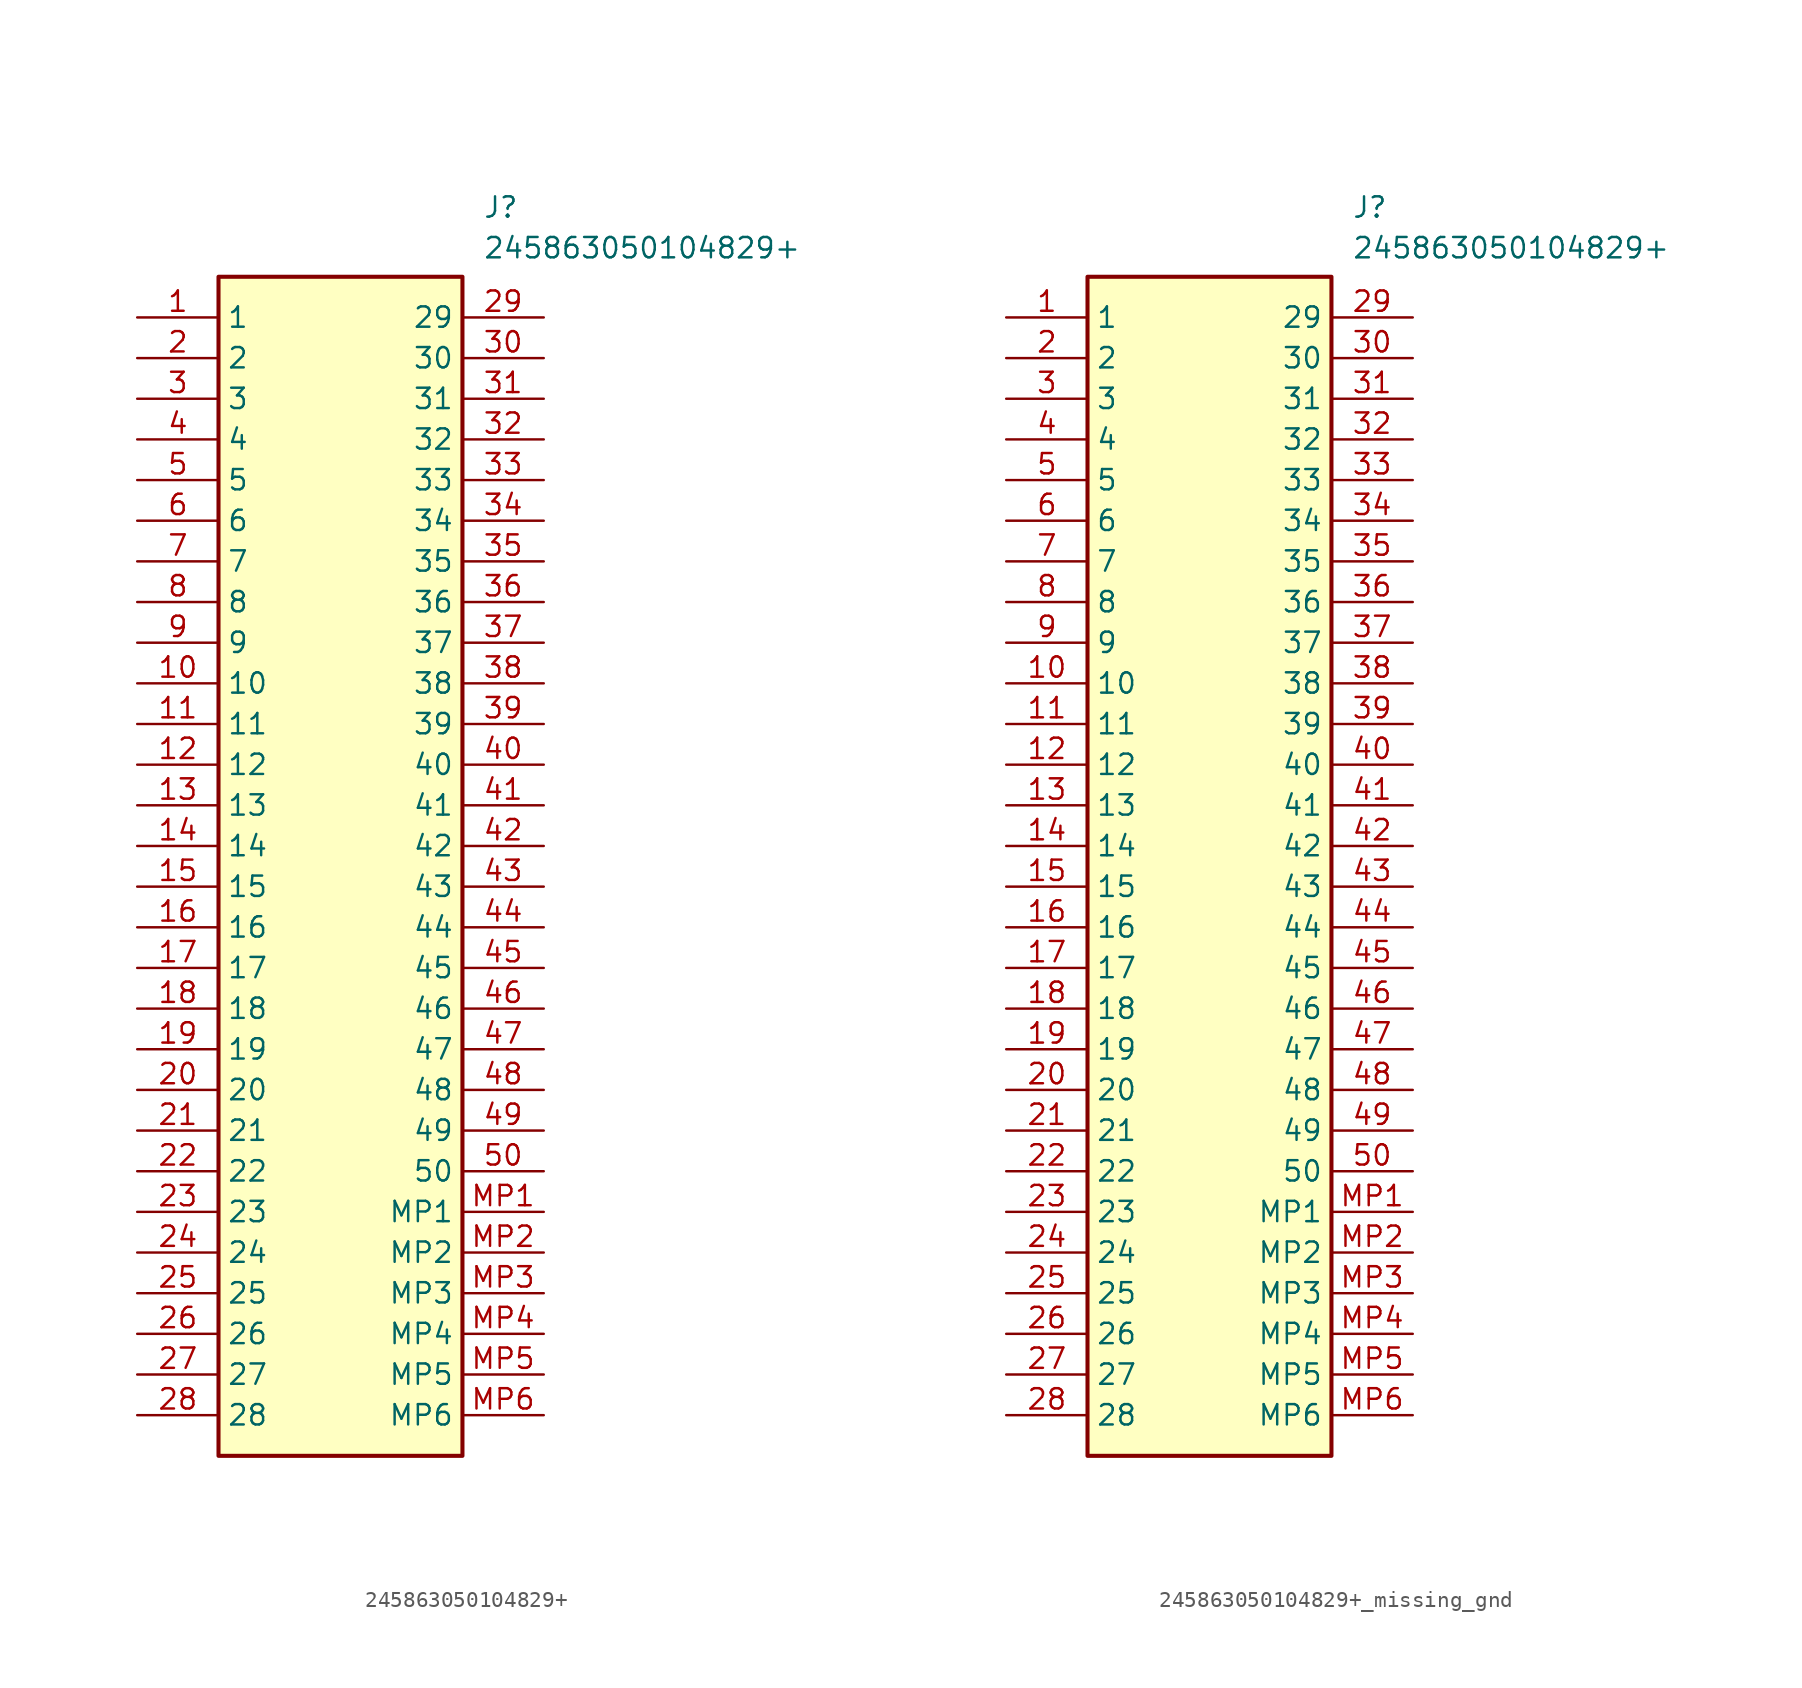
<source format=kicad_sym>
(kicad_symbol_lib
  (version 20241209)
  (generator "kicad_symbol_editor")
  (generator_version "9.0")
  (symbol "245863050104829+"
    (property "Reference" "J"
      (at 21.59 7.62 0)
      (effects (font (size 1.27 1.27)) (justify left top)))
    (property "Value" "245863050104829+"
      (at 21.59 5.08 0)
      (effects (font (size 1.27 1.27)) (justify left top)))
    (symbol "245863050104829+_1_1"
      (rectangle (start 5.08 2.54) (end 20.32 -71.12) (stroke (width 0.254) (type default)) (fill (type background)))
      (pin passive line (at 0 0 0) (length 5.08) (name "1" (effects (font (size 1.27 1.27)))) (number "1" (effects (font (size 1.27 1.27)))))
      (pin passive line (at 0 -2.54 0) (length 5.08) (name "2" (effects (font (size 1.27 1.27)))) (number "2" (effects (font (size 1.27 1.27)))))
      (pin passive line (at 0 -5.08 0) (length 5.08) (name "3" (effects (font (size 1.27 1.27)))) (number "3" (effects (font (size 1.27 1.27)))))
      (pin passive line (at 0 -7.62 0) (length 5.08) (name "4" (effects (font (size 1.27 1.27)))) (number "4" (effects (font (size 1.27 1.27)))))
      (pin passive line (at 0 -10.16 0) (length 5.08) (name "5" (effects (font (size 1.27 1.27)))) (number "5" (effects (font (size 1.27 1.27)))))
      (pin passive line (at 0 -12.7 0) (length 5.08) (name "6" (effects (font (size 1.27 1.27)))) (number "6" (effects (font (size 1.27 1.27)))))
      (pin passive line (at 0 -15.24 0) (length 5.08) (name "7" (effects (font (size 1.27 1.27)))) (number "7" (effects (font (size 1.27 1.27)))))
      (pin passive line (at 0 -17.78 0) (length 5.08) (name "8" (effects (font (size 1.27 1.27)))) (number "8" (effects (font (size 1.27 1.27)))))
      (pin passive line (at 0 -20.32 0) (length 5.08) (name "9" (effects (font (size 1.27 1.27)))) (number "9" (effects (font (size 1.27 1.27)))))
      (pin passive line (at 0 -22.86 0) (length 5.08) (name "10" (effects (font (size 1.27 1.27)))) (number "10" (effects (font (size 1.27 1.27)))))
      (pin passive line (at 0 -25.4 0) (length 5.08) (name "11" (effects (font (size 1.27 1.27)))) (number "11" (effects (font (size 1.27 1.27)))))
      (pin passive line (at 0 -27.94 0) (length 5.08) (name "12" (effects (font (size 1.27 1.27)))) (number "12" (effects (font (size 1.27 1.27)))))
      (pin passive line (at 0 -30.48 0) (length 5.08) (name "13" (effects (font (size 1.27 1.27)))) (number "13" (effects (font (size 1.27 1.27)))))
      (pin passive line (at 0 -33.02 0) (length 5.08) (name "14" (effects (font (size 1.27 1.27)))) (number "14" (effects (font (size 1.27 1.27)))))
      (pin passive line (at 0 -35.56 0) (length 5.08) (name "15" (effects (font (size 1.27 1.27)))) (number "15" (effects (font (size 1.27 1.27)))))
      (pin passive line (at 0 -38.1 0) (length 5.08) (name "16" (effects (font (size 1.27 1.27)))) (number "16" (effects (font (size 1.27 1.27)))))
      (pin passive line (at 0 -40.64 0) (length 5.08) (name "17" (effects (font (size 1.27 1.27)))) (number "17" (effects (font (size 1.27 1.27)))))
      (pin passive line (at 0 -43.18 0) (length 5.08) (name "18" (effects (font (size 1.27 1.27)))) (number "18" (effects (font (size 1.27 1.27)))))
      (pin passive line (at 0 -45.72 0) (length 5.08) (name "19" (effects (font (size 1.27 1.27)))) (number "19" (effects (font (size 1.27 1.27)))))
      (pin passive line (at 0 -48.26 0) (length 5.08) (name "20" (effects (font (size 1.27 1.27)))) (number "20" (effects (font (size 1.27 1.27)))))
      (pin passive line (at 0 -50.8 0) (length 5.08) (name "21" (effects (font (size 1.27 1.27)))) (number "21" (effects (font (size 1.27 1.27)))))
      (pin passive line (at 0 -53.34 0) (length 5.08) (name "22" (effects (font (size 1.27 1.27)))) (number "22" (effects (font (size 1.27 1.27)))))
      (pin passive line (at 0 -55.88 0) (length 5.08) (name "23" (effects (font (size 1.27 1.27)))) (number "23" (effects (font (size 1.27 1.27)))))
      (pin passive line (at 0 -58.42 0) (length 5.08) (name "24" (effects (font (size 1.27 1.27)))) (number "24" (effects (font (size 1.27 1.27)))))
      (pin passive line (at 0 -60.96 0) (length 5.08) (name "25" (effects (font (size 1.27 1.27)))) (number "25" (effects (font (size 1.27 1.27)))))
      (pin passive line (at 0 -63.5 0) (length 5.08) (name "26" (effects (font (size 1.27 1.27)))) (number "26" (effects (font (size 1.27 1.27)))))
      (pin passive line (at 0 -66.04 0) (length 5.08) (name "27" (effects (font (size 1.27 1.27)))) (number "27" (effects (font (size 1.27 1.27)))))
      (pin passive line (at 0 -68.58 0) (length 5.08) (name "28" (effects (font (size 1.27 1.27)))) (number "28" (effects (font (size 1.27 1.27)))))
      (pin passive line (at 25.4 0 180) (length 5.08) (name "29" (effects (font (size 1.27 1.27)))) (number "29" (effects (font (size 1.27 1.27)))))
      (pin passive line (at 25.4 -2.54 180) (length 5.08) (name "30" (effects (font (size 1.27 1.27)))) (number "30" (effects (font (size 1.27 1.27)))))
      (pin passive line (at 25.4 -5.08 180) (length 5.08) (name "31" (effects (font (size 1.27 1.27)))) (number "31" (effects (font (size 1.27 1.27)))))
      (pin passive line (at 25.4 -7.62 180) (length 5.08) (name "32" (effects (font (size 1.27 1.27)))) (number "32" (effects (font (size 1.27 1.27)))))
      (pin passive line (at 25.4 -10.16 180) (length 5.08) (name "33" (effects (font (size 1.27 1.27)))) (number "33" (effects (font (size 1.27 1.27)))))
      (pin passive line (at 25.4 -12.7 180) (length 5.08) (name "34" (effects (font (size 1.27 1.27)))) (number "34" (effects (font (size 1.27 1.27)))))
      (pin passive line (at 25.4 -15.24 180) (length 5.08) (name "35" (effects (font (size 1.27 1.27)))) (number "35" (effects (font (size 1.27 1.27)))))
      (pin passive line (at 25.4 -17.78 180) (length 5.08) (name "36" (effects (font (size 1.27 1.27)))) (number "36" (effects (font (size 1.27 1.27)))))
      (pin passive line (at 25.4 -20.32 180) (length 5.08) (name "37" (effects (font (size 1.27 1.27)))) (number "37" (effects (font (size 1.27 1.27)))))
      (pin passive line (at 25.4 -22.86 180) (length 5.08) (name "38" (effects (font (size 1.27 1.27)))) (number "38" (effects (font (size 1.27 1.27)))))
      (pin passive line (at 25.4 -25.4 180) (length 5.08) (name "39" (effects (font (size 1.27 1.27)))) (number "39" (effects (font (size 1.27 1.27)))))
      (pin passive line (at 25.4 -27.94 180) (length 5.08) (name "40" (effects (font (size 1.27 1.27)))) (number "40" (effects (font (size 1.27 1.27)))))
      (pin passive line (at 25.4 -30.48 180) (length 5.08) (name "41" (effects (font (size 1.27 1.27)))) (number "41" (effects (font (size 1.27 1.27)))))
      (pin passive line (at 25.4 -33.02 180) (length 5.08) (name "42" (effects (font (size 1.27 1.27)))) (number "42" (effects (font (size 1.27 1.27)))))
      (pin passive line (at 25.4 -35.56 180) (length 5.08) (name "43" (effects (font (size 1.27 1.27)))) (number "43" (effects (font (size 1.27 1.27)))))
      (pin passive line (at 25.4 -38.1 180) (length 5.08) (name "44" (effects (font (size 1.27 1.27)))) (number "44" (effects (font (size 1.27 1.27)))))
      (pin passive line (at 25.4 -40.64 180) (length 5.08) (name "45" (effects (font (size 1.27 1.27)))) (number "45" (effects (font (size 1.27 1.27)))))
      (pin passive line (at 25.4 -43.18 180) (length 5.08) (name "46" (effects (font (size 1.27 1.27)))) (number "46" (effects (font (size 1.27 1.27)))))
      (pin passive line (at 25.4 -45.72 180) (length 5.08) (name "47" (effects (font (size 1.27 1.27)))) (number "47" (effects (font (size 1.27 1.27)))))
      (pin passive line (at 25.4 -48.26 180) (length 5.08) (name "48" (effects (font (size 1.27 1.27)))) (number "48" (effects (font (size 1.27 1.27)))))
      (pin passive line (at 25.4 -50.8 180) (length 5.08) (name "49" (effects (font (size 1.27 1.27)))) (number "49" (effects (font (size 1.27 1.27)))))
      (pin passive line (at 25.4 -53.34 180) (length 5.08) (name "50" (effects (font (size 1.27 1.27)))) (number "50" (effects (font (size 1.27 1.27)))))
      (pin passive line (at 25.4 -55.88 180) (length 5.08) (name "MP1" (effects (font (size 1.27 1.27)))) (number "MP1" (effects (font (size 1.27 1.27)))))
      (pin passive line (at 25.4 -58.42 180) (length 5.08) (name "MP2" (effects (font (size 1.27 1.27)))) (number "MP2" (effects (font (size 1.27 1.27)))))
      (pin passive line (at 25.4 -60.96 180) (length 5.08) (name "MP3" (effects (font (size 1.27 1.27)))) (number "MP3" (effects (font (size 1.27 1.27)))))
      (pin passive line (at 25.4 -63.5 180) (length 5.08) (name "MP4" (effects (font (size 1.27 1.27)))) (number "MP4" (effects (font (size 1.27 1.27)))))
      (pin passive line (at 25.4 -66.04 180) (length 5.08) (name "MP5" (effects (font (size 1.27 1.27)))) (number "MP5" (effects (font (size 1.27 1.27)))))
      (pin passive line (at 25.4 -68.58 180) (length 5.08) (name "MP6" (effects (font (size 1.27 1.27)))) (number "MP6" (effects (font (size 1.27 1.27)))))))
  (symbol "245863050104829+_missing_gnd"
    (property "Reference" "J"
      (at 21.59 7.62 0)
      (effects (font (size 1.27 1.27)) (justify left top)))
    (property "Value" "245863050104829+"
      (at 21.59 5.08 0)
      (effects (font (size 1.27 1.27)) (justify left top)))
    (symbol "245863050104829+_missing_gnd_1_1"
      (rectangle (start 5.08 2.54) (end 20.32 -71.12) (stroke (width 0.254) (type default)) (fill (type background)))
      (pin passive line (at 0 0 0) (length 5.08) (name "1" (effects (font (size 1.27 1.27)))) (number "1" (effects (font (size 1.27 1.27)))))
      (pin passive line (at 0 -2.54 0) (length 5.08) (name "2" (effects (font (size 1.27 1.27)))) (number "2" (effects (font (size 1.27 1.27)))))
      (pin passive line (at 0 -5.08 0) (length 5.08) (name "3" (effects (font (size 1.27 1.27)))) (number "3" (effects (font (size 1.27 1.27)))))
      (pin passive line (at 0 -7.62 0) (length 5.08) (name "4" (effects (font (size 1.27 1.27)))) (number "4" (effects (font (size 1.27 1.27)))))
      (pin passive line (at 0 -10.16 0) (length 5.08) (name "5" (effects (font (size 1.27 1.27)))) (number "5" (effects (font (size 1.27 1.27)))))
      (pin passive line (at 0 -12.7 0) (length 5.08) (name "6" (effects (font (size 1.27 1.27)))) (number "6" (effects (font (size 1.27 1.27)))))
      (pin passive line (at 0 -15.24 0) (length 5.08) (name "7" (effects (font (size 1.27 1.27)))) (number "7" (effects (font (size 1.27 1.27)))))
      (pin passive line (at 0 -17.78 0) (length 5.08) (name "8" (effects (font (size 1.27 1.27)))) (number "8" (effects (font (size 1.27 1.27)))))
      (pin passive line (at 0 -20.32 0) (length 5.08) (name "9" (effects (font (size 1.27 1.27)))) (number "9" (effects (font (size 1.27 1.27)))))
      (pin passive line (at 0 -22.86 0) (length 5.08) (name "10" (effects (font (size 1.27 1.27)))) (number "10" (effects (font (size 1.27 1.27)))))
      (pin passive line (at 0 -25.4 0) (length 5.08) (name "11" (effects (font (size 1.27 1.27)))) (number "11" (effects (font (size 1.27 1.27)))))
      (pin passive line (at 0 -27.94 0) (length 5.08) (name "12" (effects (font (size 1.27 1.27)))) (number "12" (effects (font (size 1.27 1.27)))))
      (pin passive line (at 0 -30.48 0) (length 5.08) (name "13" (effects (font (size 1.27 1.27)))) (number "13" (effects (font (size 1.27 1.27)))))
      (pin passive line (at 0 -33.02 0) (length 5.08) (name "14" (effects (font (size 1.27 1.27)))) (number "14" (effects (font (size 1.27 1.27)))))
      (pin passive line (at 0 -35.56 0) (length 5.08) (name "15" (effects (font (size 1.27 1.27)))) (number "15" (effects (font (size 1.27 1.27)))))
      (pin passive line (at 0 -38.1 0) (length 5.08) (name "16" (effects (font (size 1.27 1.27)))) (number "16" (effects (font (size 1.27 1.27)))))
      (pin passive line (at 0 -40.64 0) (length 5.08) (name "17" (effects (font (size 1.27 1.27)))) (number "17" (effects (font (size 1.27 1.27)))))
      (pin passive line (at 0 -43.18 0) (length 5.08) (name "18" (effects (font (size 1.27 1.27)))) (number "18" (effects (font (size 1.27 1.27)))))
      (pin passive line (at 0 -45.72 0) (length 5.08) (name "19" (effects (font (size 1.27 1.27)))) (number "19" (effects (font (size 1.27 1.27)))))
      (pin passive line (at 0 -48.26 0) (length 5.08) (name "20" (effects (font (size 1.27 1.27)))) (number "20" (effects (font (size 1.27 1.27)))))
      (pin passive line (at 0 -50.8 0) (length 5.08) (name "21" (effects (font (size 1.27 1.27)))) (number "21" (effects (font (size 1.27 1.27)))))
      (pin passive line (at 0 -53.34 0) (length 5.08) (name "22" (effects (font (size 1.27 1.27)))) (number "22" (effects (font (size 1.27 1.27)))))
      (pin passive line (at 0 -55.88 0) (length 5.08) (name "23" (effects (font (size 1.27 1.27)))) (number "23" (effects (font (size 1.27 1.27)))))
      (pin passive line (at 0 -58.42 0) (length 5.08) (name "24" (effects (font (size 1.27 1.27)))) (number "24" (effects (font (size 1.27 1.27)))))
      (pin passive line (at 0 -60.96 0) (length 5.08) (name "25" (effects (font (size 1.27 1.27)))) (number "25" (effects (font (size 1.27 1.27)))))
      (pin passive line (at 0 -63.5 0) (length 5.08) (name "26" (effects (font (size 1.27 1.27)))) (number "26" (effects (font (size 1.27 1.27)))))
      (pin passive line (at 0 -66.04 0) (length 5.08) (name "27" (effects (font (size 1.27 1.27)))) (number "27" (effects (font (size 1.27 1.27)))))
      (pin passive line (at 0 -68.58 0) (length 5.08) (name "28" (effects (font (size 1.27 1.27)))) (number "28" (effects (font (size 1.27 1.27)))))
      (pin passive line (at 25.4 0 180) (length 5.08) (name "29" (effects (font (size 1.27 1.27)))) (number "29" (effects (font (size 1.27 1.27)))))
      (pin passive line (at 25.4 -2.54 180) (length 5.08) (name "30" (effects (font (size 1.27 1.27)))) (number "30" (effects (font (size 1.27 1.27)))))
      (pin passive line (at 25.4 -5.08 180) (length 5.08) (name "31" (effects (font (size 1.27 1.27)))) (number "31" (effects (font (size 1.27 1.27)))))
      (pin passive line (at 25.4 -7.62 180) (length 5.08) (name "32" (effects (font (size 1.27 1.27)))) (number "32" (effects (font (size 1.27 1.27)))))
      (pin passive line (at 25.4 -10.16 180) (length 5.08) (name "33" (effects (font (size 1.27 1.27)))) (number "33" (effects (font (size 1.27 1.27)))))
      (pin passive line (at 25.4 -12.7 180) (length 5.08) (name "34" (effects (font (size 1.27 1.27)))) (number "34" (effects (font (size 1.27 1.27)))))
      (pin passive line (at 25.4 -15.24 180) (length 5.08) (name "35" (effects (font (size 1.27 1.27)))) (number "35" (effects (font (size 1.27 1.27)))))
      (pin passive line (at 25.4 -17.78 180) (length 5.08) (name "36" (effects (font (size 1.27 1.27)))) (number "36" (effects (font (size 1.27 1.27)))))
      (pin passive line (at 25.4 -20.32 180) (length 5.08) (name "37" (effects (font (size 1.27 1.27)))) (number "37" (effects (font (size 1.27 1.27)))))
      (pin passive line (at 25.4 -22.86 180) (length 5.08) (name "38" (effects (font (size 1.27 1.27)))) (number "38" (effects (font (size 1.27 1.27)))))
      (pin passive line (at 25.4 -25.4 180) (length 5.08) (name "39" (effects (font (size 1.27 1.27)))) (number "39" (effects (font (size 1.27 1.27)))))
      (pin passive line (at 25.4 -27.94 180) (length 5.08) (name "40" (effects (font (size 1.27 1.27)))) (number "40" (effects (font (size 1.27 1.27)))))
      (pin passive line (at 25.4 -30.48 180) (length 5.08) (name "41" (effects (font (size 1.27 1.27)))) (number "41" (effects (font (size 1.27 1.27)))))
      (pin passive line (at 25.4 -33.02 180) (length 5.08) (name "42" (effects (font (size 1.27 1.27)))) (number "42" (effects (font (size 1.27 1.27)))))
      (pin passive line (at 25.4 -35.56 180) (length 5.08) (name "43" (effects (font (size 1.27 1.27)))) (number "43" (effects (font (size 1.27 1.27)))))
      (pin passive line (at 25.4 -38.1 180) (length 5.08) (name "44" (effects (font (size 1.27 1.27)))) (number "44" (effects (font (size 1.27 1.27)))))
      (pin passive line (at 25.4 -40.64 180) (length 5.08) (name "45" (effects (font (size 1.27 1.27)))) (number "45" (effects (font (size 1.27 1.27)))))
      (pin passive line (at 25.4 -43.18 180) (length 5.08) (name "46" (effects (font (size 1.27 1.27)))) (number "46" (effects (font (size 1.27 1.27)))))
      (pin passive line (at 25.4 -45.72 180) (length 5.08) (name "47" (effects (font (size 1.27 1.27)))) (number "47" (effects (font (size 1.27 1.27)))))
      (pin passive line (at 25.4 -48.26 180) (length 5.08) (name "48" (effects (font (size 1.27 1.27)))) (number "48" (effects (font (size 1.27 1.27)))))
      (pin passive line (at 25.4 -50.8 180) (length 5.08) (name "49" (effects (font (size 1.27 1.27)))) (number "49" (effects (font (size 1.27 1.27)))))
      (pin passive line (at 25.4 -53.34 180) (length 5.08) (name "50" (effects (font (size 1.27 1.27)))) (number "50" (effects (font (size 1.27 1.27)))))
      (pin passive line (at 25.4 -55.88 180) (length 5.08) (name "MP1" (effects (font (size 1.27 1.27)))) (number "MP1" (effects (font (size 1.27 1.27)))))
      (pin passive line (at 25.4 -58.42 180) (length 5.08) (name "MP2" (effects (font (size 1.27 1.27)))) (number "MP2" (effects (font (size 1.27 1.27)))))
      (pin passive line (at 25.4 -60.96 180) (length 5.08) (name "MP3" (effects (font (size 1.27 1.27)))) (number "MP3" (effects (font (size 1.27 1.27)))))
      (pin passive line (at 25.4 -63.5 180) (length 5.08) (name "MP4" (effects (font (size 1.27 1.27)))) (number "MP4" (effects (font (size 1.27 1.27)))))
      (pin passive line (at 25.4 -66.04 180) (length 5.08) (name "MP5" (effects (font (size 1.27 1.27)))) (number "MP5" (effects (font (size 1.27 1.27)))))
      (pin passive line (at 25.4 -68.58 180) (length 5.08) (name "MP6" (effects (font (size 1.27 1.27)))) (number "MP6" (effects (font (size 1.27 1.27))))))))
</source>
